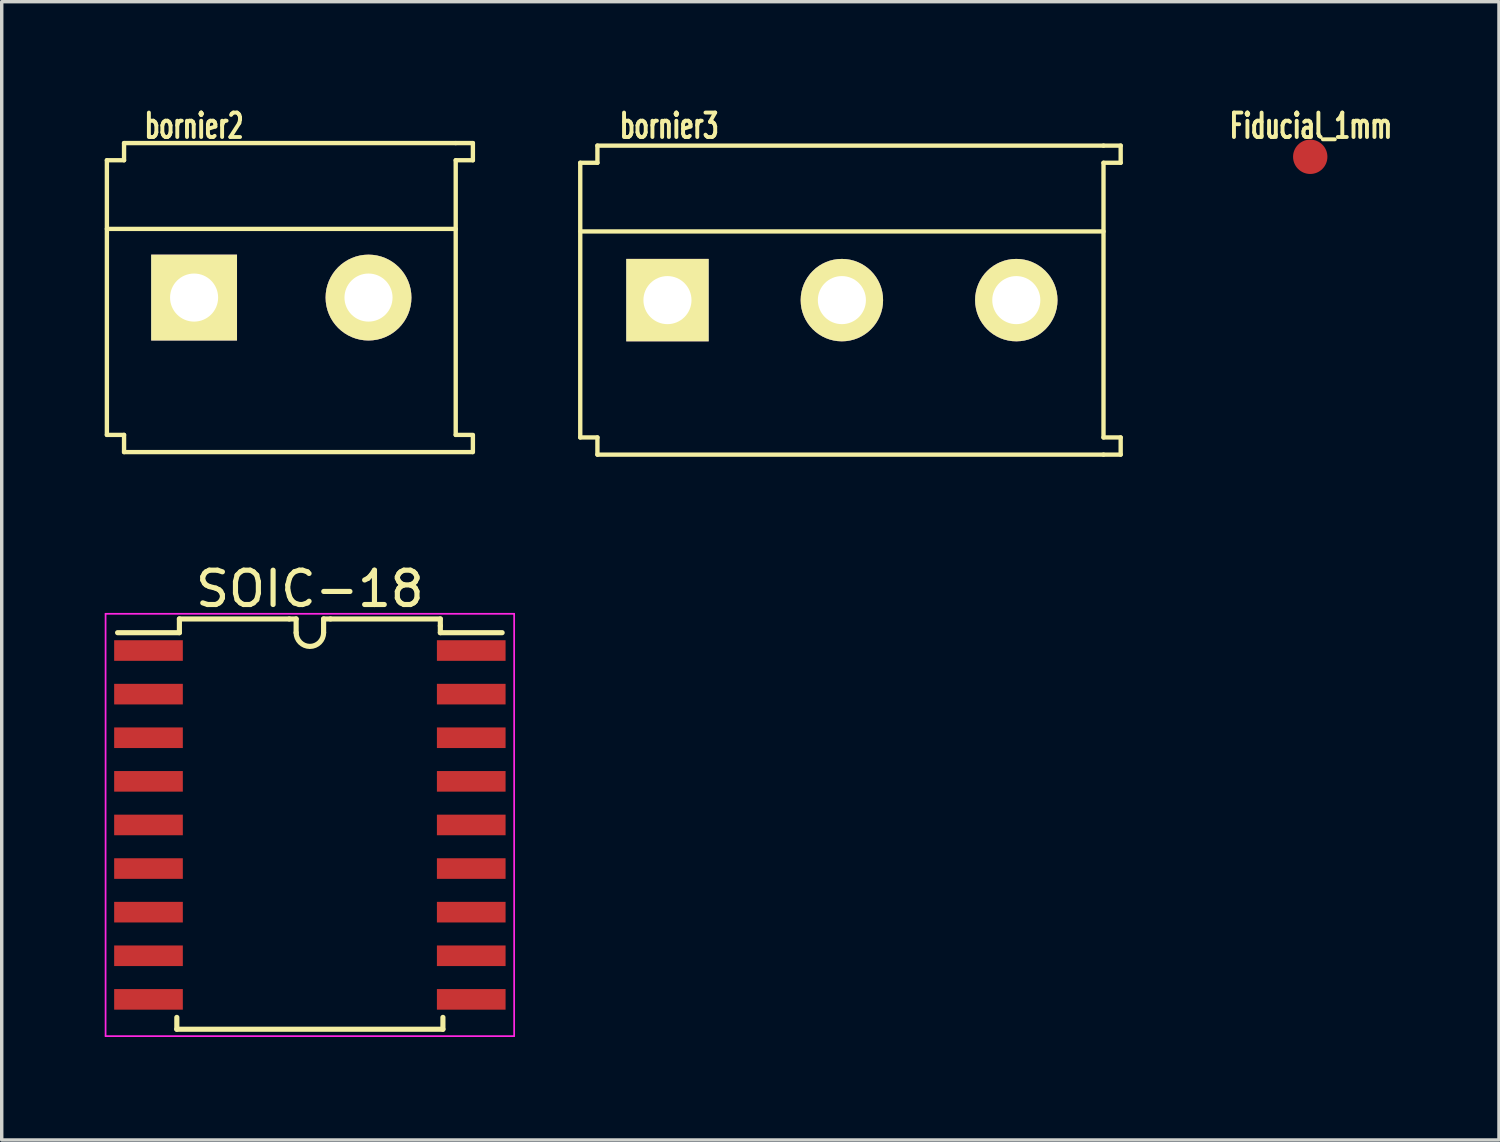
<source format=kicad_pcb>
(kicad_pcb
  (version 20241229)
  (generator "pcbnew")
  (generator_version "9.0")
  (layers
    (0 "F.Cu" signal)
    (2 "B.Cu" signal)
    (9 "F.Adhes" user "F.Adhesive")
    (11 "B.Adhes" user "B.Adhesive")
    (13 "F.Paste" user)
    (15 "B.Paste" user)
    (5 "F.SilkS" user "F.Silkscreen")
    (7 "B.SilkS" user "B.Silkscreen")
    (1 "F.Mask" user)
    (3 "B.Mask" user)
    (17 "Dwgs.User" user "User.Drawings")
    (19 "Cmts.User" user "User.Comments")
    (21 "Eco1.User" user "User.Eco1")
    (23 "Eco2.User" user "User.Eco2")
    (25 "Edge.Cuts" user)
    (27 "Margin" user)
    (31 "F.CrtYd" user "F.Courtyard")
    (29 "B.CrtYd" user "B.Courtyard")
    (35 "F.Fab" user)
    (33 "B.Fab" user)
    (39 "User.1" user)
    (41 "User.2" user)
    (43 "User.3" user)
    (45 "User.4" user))
  (footprint "Fiducial_1mm"
    (layer "F.Cu")
    (at 35.111 1.517)
    (property "Reference" "Fiducial_1mm" (at 0.02 -0.9 0) (layer "F.SilkS") (effects (font (size 0.711 0.457) (thickness 0.114))))
    (attr through_hole)
    (pad "1" smd circle (at 0 0) (size 1 1) (layers "F.Cu" "F.Mask")))
  (footprint "SOIC-18"
    (layer "F.Cu")
    (at 5.975 20.977)
    (property "Reference" "SOIC-18" (at 0 -6.875 0) (layer "F.SilkS") (effects (font (size 1 1) (thickness 0.15))))
    (attr smd)
    (fp_line (start -3.875 5.95) (end -3.875 5.605) (stroke (width 0.15) (type solid)) (layer "F.SilkS"))
    (fp_line (start -3.875 5.95) (end 3.875 5.95) (stroke (width 0.15) (type solid)) (layer "F.SilkS"))
    (fp_line (start -3.8 -6) (end -3.8 -5.6) (stroke (width 0.15) (type solid)) (layer "F.SilkS"))
    (fp_line (start -3.8 -5.6) (end -5.6 -5.6) (stroke (width 0.15) (type solid)) (layer "F.SilkS"))
    (fp_line (start -0.6 -6) (end -3.8 -6) (stroke (width 0.15) (type solid)) (layer "F.SilkS"))
    (fp_line (start -0.6 -6) (end -0.4 -6) (stroke (width 0.15) (type solid)) (layer "F.SilkS"))
    (fp_line (start -0.4 -6) (end -0.4 -5.6) (stroke (width 0.15) (type solid)) (layer "F.SilkS"))
    (fp_line (start 0.4 -6) (end 0.4 -5.6) (stroke (width 0.15) (type solid)) (layer "F.SilkS"))
    (fp_line (start 0.4 -6) (end 0.6 -6) (stroke (width 0.15) (type solid)) (layer "F.SilkS"))
    (fp_line (start 3.8 -6) (end 0.6 -6) (stroke (width 0.15) (type solid)) (layer "F.SilkS"))
    (fp_line (start 3.8 -5.8) (end 3.8 -6) (stroke (width 0.15) (type solid)) (layer "F.SilkS"))
    (fp_line (start 3.8 -5.6) (end 3.8 -5.8) (stroke (width 0.15) (type solid)) (layer "F.SilkS"))
    (fp_line (start 3.875 5.95) (end 3.875 5.605) (stroke (width 0.15) (type solid)) (layer "F.SilkS"))
    (fp_line (start 5.6 -5.6) (end 3.8 -5.6) (stroke (width 0.15) (type solid)) (layer "F.SilkS"))
    (fp_arc (start 0.4 -5.6) (mid 0 -5.2) (end -0.4 -5.6) (stroke (width 0.15) (type solid)) (layer "F.SilkS"))
    (fp_line (start -5.95 -6.15) (end -5.95 6.15) (stroke (width 0.05) (type solid)) (layer "F.CrtYd"))
    (fp_line (start -5.95 -6.15) (end 5.95 -6.15) (stroke (width 0.05) (type solid)) (layer "F.CrtYd"))
    (fp_line (start -5.95 6.15) (end 5.95 6.15) (stroke (width 0.05) (type solid)) (layer "F.CrtYd"))
    (fp_line (start 5.95 -6.15) (end 5.95 6.15) (stroke (width 0.05) (type solid)) (layer "F.CrtYd"))
    (pad "1" smd rect (at -4.7 -5.08) (size 2 0.6) (layers "F.Cu" "F.Mask" "F.Paste"))
    (pad "2" smd rect (at -4.7 -3.81) (size 2 0.6) (layers "F.Cu" "F.Mask" "F.Paste"))
    (pad "3" smd rect (at -4.7 -2.54) (size 2 0.6) (layers "F.Cu" "F.Mask" "F.Paste"))
    (pad "4" smd rect (at -4.7 -1.27) (size 2 0.6) (layers "F.Cu" "F.Mask" "F.Paste"))
    (pad "5" smd rect (at -4.7 0) (size 2 0.6) (layers "F.Cu" "F.Mask" "F.Paste"))
    (pad "6" smd rect (at -4.7 1.27) (size 2 0.6) (layers "F.Cu" "F.Mask" "F.Paste"))
    (pad "7" smd rect (at -4.7 2.54) (size 2 0.6) (layers "F.Cu" "F.Mask" "F.Paste"))
    (pad "8" smd rect (at -4.7 3.81) (size 2 0.6) (layers "F.Cu" "F.Mask" "F.Paste"))
    (pad "9" smd rect (at -4.7 5.08) (size 2 0.6) (layers "F.Cu" "F.Mask" "F.Paste"))
    (pad "10" smd rect (at 4.7 5.08) (size 2 0.6) (layers "F.Cu" "F.Mask" "F.Paste"))
    (pad "11" smd rect (at 4.7 3.81) (size 2 0.6) (layers "F.Cu" "F.Mask" "F.Paste"))
    (pad "12" smd rect (at 4.7 2.54) (size 2 0.6) (layers "F.Cu" "F.Mask" "F.Paste"))
    (pad "13" smd rect (at 4.7 1.27) (size 2 0.6) (layers "F.Cu" "F.Mask" "F.Paste"))
    (pad "14" smd rect (at 4.7 0) (size 2 0.6) (layers "F.Cu" "F.Mask" "F.Paste"))
    (pad "15" smd rect (at 4.7 -1.27) (size 2 0.6) (layers "F.Cu" "F.Mask" "F.Paste"))
    (pad "16" smd rect (at 4.7 -2.54) (size 2 0.6) (layers "F.Cu" "F.Mask" "F.Paste"))
    (pad "17" smd rect (at 4.7 -3.81) (size 2 0.6) (layers "F.Cu" "F.Mask" "F.Paste"))
    (pad "18" smd rect (at 4.7 -5.08) (size 2 0.6) (layers "F.Cu" "F.Mask" "F.Paste")))
  (footprint "bornier3"
    (layer "F.Cu")
    (at 16.39 5.691)
    (property "Reference" "bornier3" (at 0.052 -5.074 0) (layer "F.SilkS") (effects (font (size 0.711 0.457) (thickness 0.114))))
    (attr through_hole)
    (fp_line (start -2.54 4) (end -2.54 -4) (stroke (width 0.127) (type solid)) (layer "F.SilkS"))
    (fp_line (start -2.54 4) (end -2.04 4) (stroke (width 0.127) (type solid)) (layer "F.SilkS"))
    (fp_line (start -2.53 -2) (end 12.7 -2) (stroke (width 0.127) (type solid)) (layer "F.SilkS"))
    (fp_line (start -2.04 -4.5) (end -2.04 -4) (stroke (width 0.127) (type solid)) (layer "F.SilkS"))
    (fp_line (start -2.04 -4.5) (end 12.7 -4.5) (stroke (width 0.127) (type solid)) (layer "F.SilkS"))
    (fp_line (start -2.04 -4) (end -2.54 -4) (stroke (width 0.127) (type solid)) (layer "F.SilkS"))
    (fp_line (start -2.04 4) (end -2.04 4.5) (stroke (width 0.127) (type solid)) (layer "F.SilkS"))
    (fp_line (start -2.04 4.5) (end 12.7 4.5) (stroke (width 0.127) (type solid)) (layer "F.SilkS"))
    (fp_line (start 12.7 -4.5) (end 13.2 -4.5) (stroke (width 0.127) (type solid)) (layer "F.SilkS"))
    (fp_line (start 12.7 -4) (end 12.7 4) (stroke (width 0.127) (type solid)) (layer "F.SilkS"))
    (fp_line (start 12.7 4.5) (end 13.2 4.5) (stroke (width 0.127) (type solid)) (layer "F.SilkS"))
    (fp_line (start 13.2 -4.5) (end 13.2 -4) (stroke (width 0.127) (type solid)) (layer "F.SilkS"))
    (fp_line (start 13.2 -4) (end 12.7 -4) (stroke (width 0.127) (type solid)) (layer "F.SilkS"))
    (fp_line (start 13.2 4) (end 12.7 4) (stroke (width 0.127) (type solid)) (layer "F.SilkS"))
    (fp_line (start 13.2 4.5) (end 13.2 4) (stroke (width 0.127) (type solid)) (layer "F.SilkS"))
    (pad "1" thru_hole rect (at 0 0) (size 2.4 2.4) (drill 1.4) (layers "*.Cu" "*.Mask" "F.SilkS"))
    (pad "2" thru_hole circle (at 5.08 0) (size 2.4 2.4) (drill 1.4) (layers "*.Cu" "*.Mask" "F.SilkS"))
    (pad "3" thru_hole circle (at 10.16 0) (size 2.4 2.4) (drill 1.4) (layers "*.Cu" "*.Mask" "F.SilkS")))
  (footprint "bornier2"
    (layer "F.Cu")
    (at 2.603 5.617)
    (property "Reference" "bornier2" (at 0 -5 0) (layer "F.SilkS") (effects (font (size 0.711 0.457) (thickness 0.114))))
    (attr through_hole)
    (fp_line (start -2.54 -2) (end 7.62 -2) (stroke (width 0.127) (type solid)) (layer "F.SilkS"))
    (fp_line (start -2.54 4) (end -2.54 -4) (stroke (width 0.127) (type solid)) (layer "F.SilkS"))
    (fp_line (start -2.54 4) (end -2.04 4) (stroke (width 0.127) (type solid)) (layer "F.SilkS"))
    (fp_line (start -2.04 -4.5) (end -2.04 -4) (stroke (width 0.127) (type solid)) (layer "F.SilkS"))
    (fp_line (start -2.04 -4.5) (end 7.62 -4.5) (stroke (width 0.127) (type solid)) (layer "F.SilkS"))
    (fp_line (start -2.04 -4) (end -2.54 -4) (stroke (width 0.127) (type solid)) (layer "F.SilkS"))
    (fp_line (start -2.04 4) (end -2.04 4.5) (stroke (width 0.127) (type solid)) (layer "F.SilkS"))
    (fp_line (start 7.62 -4.5) (end 8.12 -4.5) (stroke (width 0.127) (type solid)) (layer "F.SilkS"))
    (fp_line (start 7.62 -4) (end 7.62 4) (stroke (width 0.127) (type solid)) (layer "F.SilkS"))
    (fp_line (start 8.11 4.5) (end -2.04 4.5) (stroke (width 0.127) (type solid)) (layer "F.SilkS"))
    (fp_line (start 8.12 -4) (end 7.62 -4) (stroke (width 0.127) (type solid)) (layer "F.SilkS"))
    (fp_line (start 8.12 -4) (end 8.12 -4.5) (stroke (width 0.127) (type solid)) (layer "F.SilkS"))
    (fp_line (start 8.12 4) (end 7.62 4) (stroke (width 0.127) (type solid)) (layer "F.SilkS"))
    (fp_line (start 8.12 4.01) (end 8.12 4.5) (stroke (width 0.127) (type solid)) (layer "F.SilkS"))
    (pad "1" thru_hole rect (at 0 0) (size 2.5 2.5) (drill 1.4) (layers "*.Cu" "*.Mask" "F.SilkS"))
    (pad "2" thru_hole circle (at 5.08 0) (size 2.5 2.5) (drill 1.4) (layers "*.Cu" "*.Mask" "F.SilkS")))
  (gr_rect
    (start -3 -3)
    (end 40.608 30.152)
    (stroke (width 0.1) (type default))
    (fill no)
    (layer "Edge.Cuts")))
</source>
